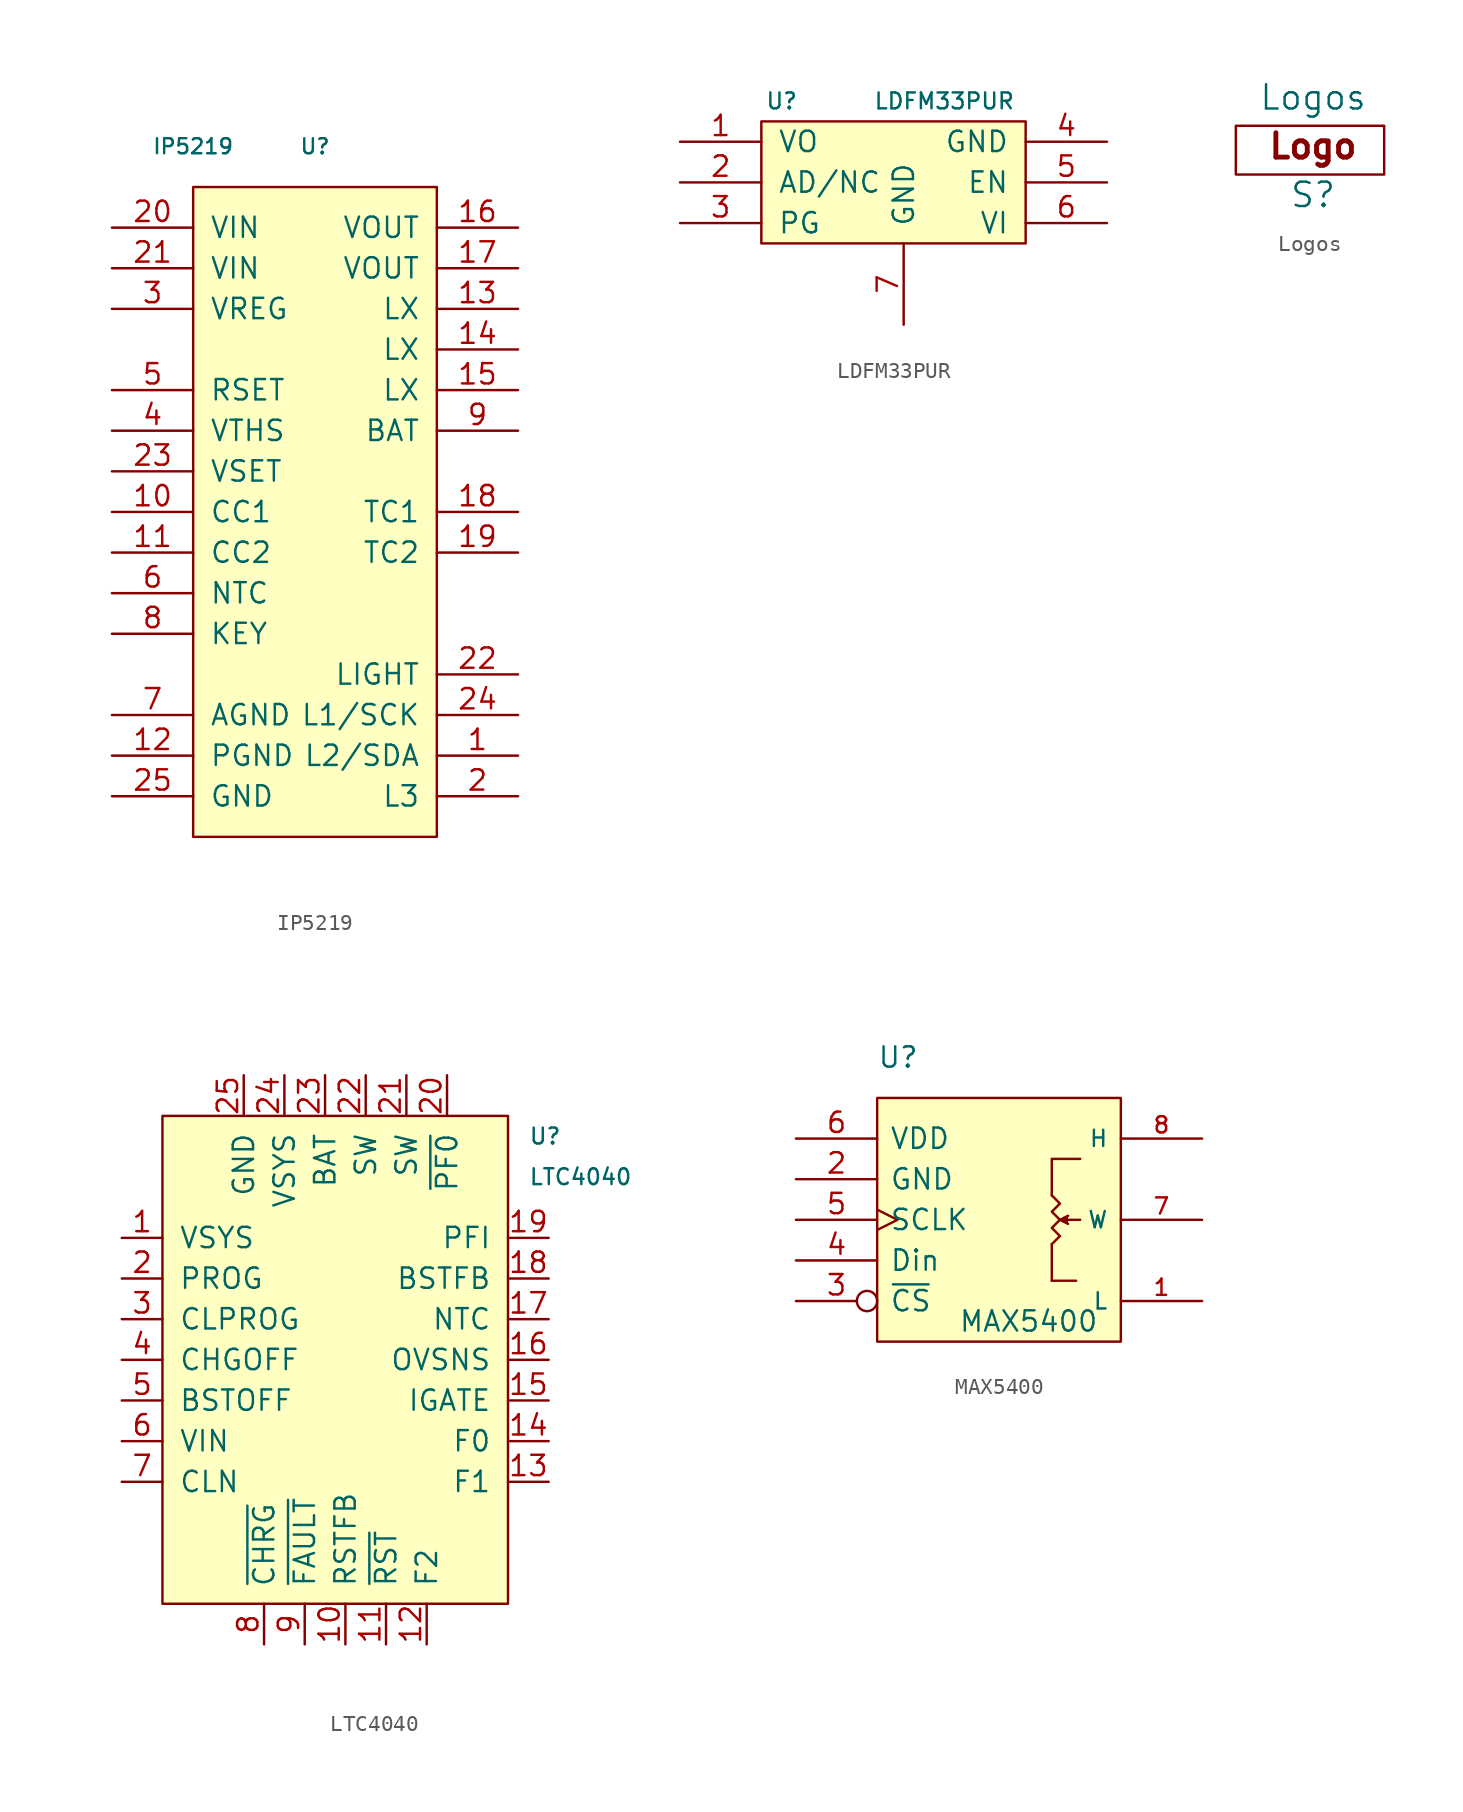
<source format=kicad_sym>
(kicad_symbol_lib
  (version 20220914)
  (generator kicad_symbol_editor)
  (symbol "IP5219"
    (pin_names
      (offset 1.016))
    (property "Reference" "U"
      (at 5.08 2.54 0)
      (effects (font (size 0.94 0.94))))
    (property "Value" "IP5219"
      (at -2.54 2.54 0)
      (effects (font (size 0.94 0.94))))
    (symbol "IP5219_0_1"
      (rectangle (start -2.54 0) (end 12.7 -40.64) (stroke (width 0) (type default)) (fill (type background))))
    (symbol "IP5219_1_1"
      (pin output line (at 17.78 -35.56 180) (length 5.08) (name "L2/SDA" (effects (font (size 1.27 1.27)))) (number "1" (effects (font (size 1.27 1.27)))))
      (pin input line (at -7.62 -20.32 0) (length 5.08) (name "CC1" (effects (font (size 1.27 1.27)))) (number "10" (effects (font (size 1.27 1.27)))))
      (pin input line (at -7.62 -22.86 0) (length 5.08) (name "CC2" (effects (font (size 1.27 1.27)))) (number "11" (effects (font (size 1.27 1.27)))))
      (pin power_in line (at -7.62 -35.56 0) (length 5.08) (name "PGND" (effects (font (size 1.27 1.27)))) (number "12" (effects (font (size 1.27 1.27)))))
      (pin power_out line (at 17.78 -7.62 180) (length 5.08) (name "LX" (effects (font (size 1.27 1.27)))) (number "13" (effects (font (size 1.27 1.27)))))
      (pin power_out line (at 17.78 -10.16 180) (length 5.08) (name "LX" (effects (font (size 1.27 1.27)))) (number "14" (effects (font (size 1.27 1.27)))))
      (pin power_out line (at 17.78 -12.7 180) (length 5.08) (name "LX" (effects (font (size 1.27 1.27)))) (number "15" (effects (font (size 1.27 1.27)))))
      (pin power_out line (at 17.78 -2.54 180) (length 5.08) (name "VOUT" (effects (font (size 1.27 1.27)))) (number "16" (effects (font (size 1.27 1.27)))))
      (pin power_out line (at 17.78 -5.08 180) (length 5.08) (name "VOUT" (effects (font (size 1.27 1.27)))) (number "17" (effects (font (size 1.27 1.27)))))
      (pin output line (at 17.78 -20.32 180) (length 5.08) (name "TC1" (effects (font (size 1.27 1.27)))) (number "18" (effects (font (size 1.27 1.27)))))
      (pin output line (at 17.78 -22.86 180) (length 5.08) (name "TC2" (effects (font (size 1.27 1.27)))) (number "19" (effects (font (size 1.27 1.27)))))
      (pin output line (at 17.78 -38.1 180) (length 5.08) (name "L3" (effects (font (size 1.27 1.27)))) (number "2" (effects (font (size 1.27 1.27)))))
      (pin power_in line (at -7.62 -2.54 0) (length 5.08) (name "VIN" (effects (font (size 1.27 1.27)))) (number "20" (effects (font (size 1.27 1.27)))))
      (pin power_in line (at -7.62 -5.08 0) (length 5.08) (name "VIN" (effects (font (size 1.27 1.27)))) (number "21" (effects (font (size 1.27 1.27)))))
      (pin output line (at 17.78 -30.48 180) (length 5.08) (name "LIGHT" (effects (font (size 1.27 1.27)))) (number "22" (effects (font (size 1.27 1.27)))))
      (pin input line (at -7.62 -17.78 0) (length 5.08) (name "VSET" (effects (font (size 1.27 1.27)))) (number "23" (effects (font (size 1.27 1.27)))))
      (pin output line (at 17.78 -33.02 180) (length 5.08) (name "L1/SCK" (effects (font (size 1.27 1.27)))) (number "24" (effects (font (size 1.27 1.27)))))
      (pin power_in line (at -7.62 -38.1 0) (length 5.08) (name "GND" (effects (font (size 1.27 1.27)))) (number "25" (effects (font (size 1.27 1.27)))))
      (pin power_out line (at -7.62 -7.62 0) (length 5.08) (name "VREG" (effects (font (size 1.27 1.27)))) (number "3" (effects (font (size 1.27 1.27)))))
      (pin input line (at -7.62 -15.24 0) (length 5.08) (name "VTHS" (effects (font (size 1.27 1.27)))) (number "4" (effects (font (size 1.27 1.27)))))
      (pin input line (at -7.62 -12.7 0) (length 5.08) (name "RSET" (effects (font (size 1.27 1.27)))) (number "5" (effects (font (size 1.27 1.27)))))
      (pin input line (at -7.62 -25.4 0) (length 5.08) (name "NTC" (effects (font (size 1.27 1.27)))) (number "6" (effects (font (size 1.27 1.27)))))
      (pin power_in line (at -7.62 -33.02 0) (length 5.08) (name "AGND" (effects (font (size 1.27 1.27)))) (number "7" (effects (font (size 1.27 1.27)))))
      (pin input line (at -7.62 -27.94 0) (length 5.08) (name "KEY" (effects (font (size 1.27 1.27)))) (number "8" (effects (font (size 1.27 1.27)))))
      (pin power_in line (at 17.78 -15.24 180) (length 5.08) (name "BAT" (effects (font (size 1.27 1.27)))) (number "9" (effects (font (size 1.27 1.27)))))))
  (symbol "LDFM33PUR"
    (pin_names
      (offset 1.016))
    (property "Reference" "U"
      (at -7.62 5.08 0)
      (effects (font (size 0.991 0.991))))
    (property "Value" "LDFM33PUR"
      (at 2.54 5.08 0)
      (effects (font (size 0.991 0.991))))
    (symbol "LDFM33PUR_0_1"
      (rectangle (start -8.89 3.81) (end 7.62 -3.81) (stroke (width 0) (type default)) (fill (type background))))
    (symbol "LDFM33PUR_1_1"
      (pin input line (at -13.97 2.54 0) (length 5.08) (name "VO" (effects (font (size 1.27 1.27)))) (number "1" (effects (font (size 1.27 1.27)))))
      (pin input line (at -13.97 0 0) (length 5.08) (name "AD/NC" (effects (font (size 1.27 1.27)))) (number "2" (effects (font (size 1.27 1.27)))))
      (pin input line (at -13.97 -2.54 0) (length 5.08) (name "PG" (effects (font (size 1.27 1.27)))) (number "3" (effects (font (size 1.27 1.27)))))
      (pin input line (at 12.7 2.54 180) (length 5.08) (name "GND" (effects (font (size 1.27 1.27)))) (number "4" (effects (font (size 1.27 1.27)))))
      (pin input line (at 12.7 0 180) (length 5.08) (name "EN" (effects (font (size 1.27 1.27)))) (number "5" (effects (font (size 1.27 1.27)))))
      (pin input line (at 12.7 -2.54 180) (length 5.08) (name "VI" (effects (font (size 1.27 1.27)))) (number "6" (effects (font (size 1.27 1.27)))))
      (pin input line (at 0 -8.89 90) (length 5.08) (name "GND" (effects (font (size 1.27 1.27)))) (number "7" (effects (font (size 1.27 1.27)))))))
  (symbol "Logos"
    (pin_names
      (offset 1.016))
    (property "Reference" "S"
      (at 0 -3.048 0)
      (effects (font (size 1.524 1.524))))
    (property "Value" "Logos"
      (at 0 3.048 0)
      (effects (font (size 1.524 1.524))))
    (symbol "Logos_0_0"
      (rectangle (start -4.826 1.27) (end 4.445 -1.778) (stroke (width 0) (type default)) (fill (type none)))
      (text "Logo" (at 0 0 0) (effects (font (size 1.524 1.524) bold)))))
  (symbol "LTC4040"
    (pin_names
      (offset 1.016))
    (property "Reference" "U"
      (at 11.43 13.97 0)
      (effects (font (size 0.991 0.991)) (justify left)))
    (property "Value" "LTC4040"
      (at 11.43 11.43 0)
      (effects (font (size 0.991 0.991)) (justify left)))
    (symbol "LTC4040_0_1"
      (rectangle (start -11.43 15.24) (end 10.16 -15.24) (stroke (width 0) (type default)) (fill (type background))))
    (symbol "LTC4040_1_1"
      (pin input line (at -13.97 7.62 0) (length 2.54) (name "VSYS" (effects (font (size 1.27 1.27)))) (number "1" (effects (font (size 1.27 1.27)))))
      (pin input line (at 0 -17.78 90) (length 2.54) (name "RSTFB" (effects (font (size 1.27 1.27)))) (number "10" (effects (font (size 1.27 1.27)))))
      (pin input line (at 2.54 -17.78 90) (length 2.54) (name "~{RST}" (effects (font (size 1.27 1.27)))) (number "11" (effects (font (size 1.27 1.27)))))
      (pin input line (at 5.08 -17.78 90) (length 2.54) (name "F2" (effects (font (size 1.27 1.27)))) (number "12" (effects (font (size 1.27 1.27)))))
      (pin input line (at 12.7 -7.62 180) (length 2.54) (name "F1" (effects (font (size 1.27 1.27)))) (number "13" (effects (font (size 1.27 1.27)))))
      (pin input line (at 12.7 -5.08 180) (length 2.54) (name "F0" (effects (font (size 1.27 1.27)))) (number "14" (effects (font (size 1.27 1.27)))))
      (pin output line (at 12.7 -2.54 180) (length 2.54) (name "IGATE" (effects (font (size 1.27 1.27)))) (number "15" (effects (font (size 1.27 1.27)))))
      (pin input line (at 12.7 0 180) (length 2.54) (name "OVSNS" (effects (font (size 1.27 1.27)))) (number "16" (effects (font (size 1.27 1.27)))))
      (pin input line (at 12.7 2.54 180) (length 2.54) (name "NTC" (effects (font (size 1.27 1.27)))) (number "17" (effects (font (size 1.27 1.27)))))
      (pin input line (at 12.7 5.08 180) (length 2.54) (name "BSTFB" (effects (font (size 1.27 1.27)))) (number "18" (effects (font (size 1.27 1.27)))))
      (pin input line (at 12.7 7.62 180) (length 2.54) (name "PFI" (effects (font (size 1.27 1.27)))) (number "19" (effects (font (size 1.27 1.27)))))
      (pin input line (at -13.97 5.08 0) (length 2.54) (name "PROG" (effects (font (size 1.27 1.27)))) (number "2" (effects (font (size 1.27 1.27)))))
      (pin input line (at 6.35 17.78 270) (length 2.54) (name "~{PF0}" (effects (font (size 1.27 1.27)))) (number "20" (effects (font (size 1.27 1.27)))))
      (pin input line (at 3.81 17.78 270) (length 2.54) (name "SW" (effects (font (size 1.27 1.27)))) (number "21" (effects (font (size 1.27 1.27)))))
      (pin input line (at 1.27 17.78 270) (length 2.54) (name "SW" (effects (font (size 1.27 1.27)))) (number "22" (effects (font (size 1.27 1.27)))))
      (pin input line (at -1.27 17.78 270) (length 2.54) (name "BAT" (effects (font (size 1.27 1.27)))) (number "23" (effects (font (size 1.27 1.27)))))
      (pin input line (at -3.81 17.78 270) (length 2.54) (name "VSYS" (effects (font (size 1.27 1.27)))) (number "24" (effects (font (size 1.27 1.27)))))
      (pin power_in line (at -6.35 17.78 270) (length 2.54) (name "GND" (effects (font (size 1.27 1.27)))) (number "25" (effects (font (size 1.27 1.27)))))
      (pin input line (at -13.97 2.54 0) (length 2.54) (name "CLPROG" (effects (font (size 1.27 1.27)))) (number "3" (effects (font (size 1.27 1.27)))))
      (pin input line (at -13.97 0 0) (length 2.54) (name "CHGOFF" (effects (font (size 1.27 1.27)))) (number "4" (effects (font (size 1.27 1.27)))))
      (pin input line (at -13.97 -2.54 0) (length 2.54) (name "BSTOFF" (effects (font (size 1.27 1.27)))) (number "5" (effects (font (size 1.27 1.27)))))
      (pin power_in line (at -13.97 -5.08 0) (length 2.54) (name "VIN" (effects (font (size 1.27 1.27)))) (number "6" (effects (font (size 1.27 1.27)))))
      (pin input line (at -13.97 -7.62 0) (length 2.54) (name "CLN" (effects (font (size 1.27 1.27)))) (number "7" (effects (font (size 1.27 1.27)))))
      (pin input line (at -5.08 -17.78 90) (length 2.54) (name "~{CHRG}" (effects (font (size 1.27 1.27)))) (number "8" (effects (font (size 1.27 1.27)))))
      (pin input line (at -2.54 -17.78 90) (length 2.54) (name "~{FAULT}" (effects (font (size 1.27 1.27)))) (number "9" (effects (font (size 1.27 1.27)))))))
  (symbol "MAX5400"
    (pin_names
      (offset 0.762))
    (property "Reference" "U"
      (at -7.62 10.16 0)
      (effects (font (size 1.27 1.27)) (justify left)))
    (property "Value" "MAX5400"
      (at -2.54 -6.35 0)
      (effects (font (size 1.27 1.27)) (justify left)))
    (symbol "MAX5400_0_1"
      (rectangle (start -7.62 -7.62) (end 7.62 7.62) (stroke (width 0) (type default)) (fill (type background)))
      (polyline (pts (xy 3.302 -1.524) (xy 3.302 -3.81)) (stroke (width 0) (type default)) (fill (type none)))
      (polyline (pts (xy 4.826 -3.81) (xy 3.302 -3.81)) (stroke (width 0) (type default)) (fill (type none)))
      (polyline (pts (xy 5.08 0) (xy 4.318 0)) (stroke (width 0) (type default)) (fill (type none)))
      (polyline (pts (xy 3.302 1.524) (xy 3.302 3.81) (xy 5.08 3.81)) (stroke (width 0) (type default)) (fill (type none)))
      (polyline (pts (xy 4.318 -0.254) (xy 3.81 0) (xy 4.318 0.254)) (stroke (width 0) (type default)) (fill (type outline)))
      (polyline (pts (xy 3.81 0) (xy 3.302 0.508) (xy 3.81 1.016) (xy 3.302 1.524)) (stroke (width 0) (type default)) (fill (type none)))
      (polyline (pts (xy 3.81 0) (xy 3.302 -0.508) (xy 3.81 -1.016) (xy 3.302 -1.524) (xy 3.302 -1.524)) (stroke (width 0) (type default)) (fill (type none))))
    (symbol "MAX5400_1_1"
      (pin passive line (at 12.7 -5.08 180) (length 5.08) (name "L" (effects (font (size 1.016 1.016)))) (number "1" (effects (font (size 1.016 1.016)))))
      (pin power_in line (at -12.7 2.54 0) (length 5.08) (name "GND" (effects (font (size 1.27 1.27)))) (number "2" (effects (font (size 1.27 1.27)))))
      (pin input inverted (at -12.7 -5.08 0) (length 5.08) (name "~{CS}" (effects (font (size 1.27 1.27)))) (number "3" (effects (font (size 1.27 1.27)))))
      (pin input line (at -12.7 -2.54 0) (length 5.08) (name "Din" (effects (font (size 1.27 1.27)))) (number "4" (effects (font (size 1.27 1.27)))))
      (pin input clock (at -12.7 0 0) (length 5.08) (name "SCLK" (effects (font (size 1.27 1.27)))) (number "5" (effects (font (size 1.27 1.27)))))
      (pin power_in line (at -12.7 5.08 0) (length 5.08) (name "VDD" (effects (font (size 1.27 1.27)))) (number "6" (effects (font (size 1.27 1.27)))))
      (pin passive line (at 12.7 0 180) (length 5.08) (name "W" (effects (font (size 1.016 1.016)))) (number "7" (effects (font (size 1.016 1.016)))))
      (pin passive line (at 12.7 5.08 180) (length 5.08) (name "H" (effects (font (size 1.016 1.016)))) (number "8" (effects (font (size 1.016 1.016))))))))
</source>
